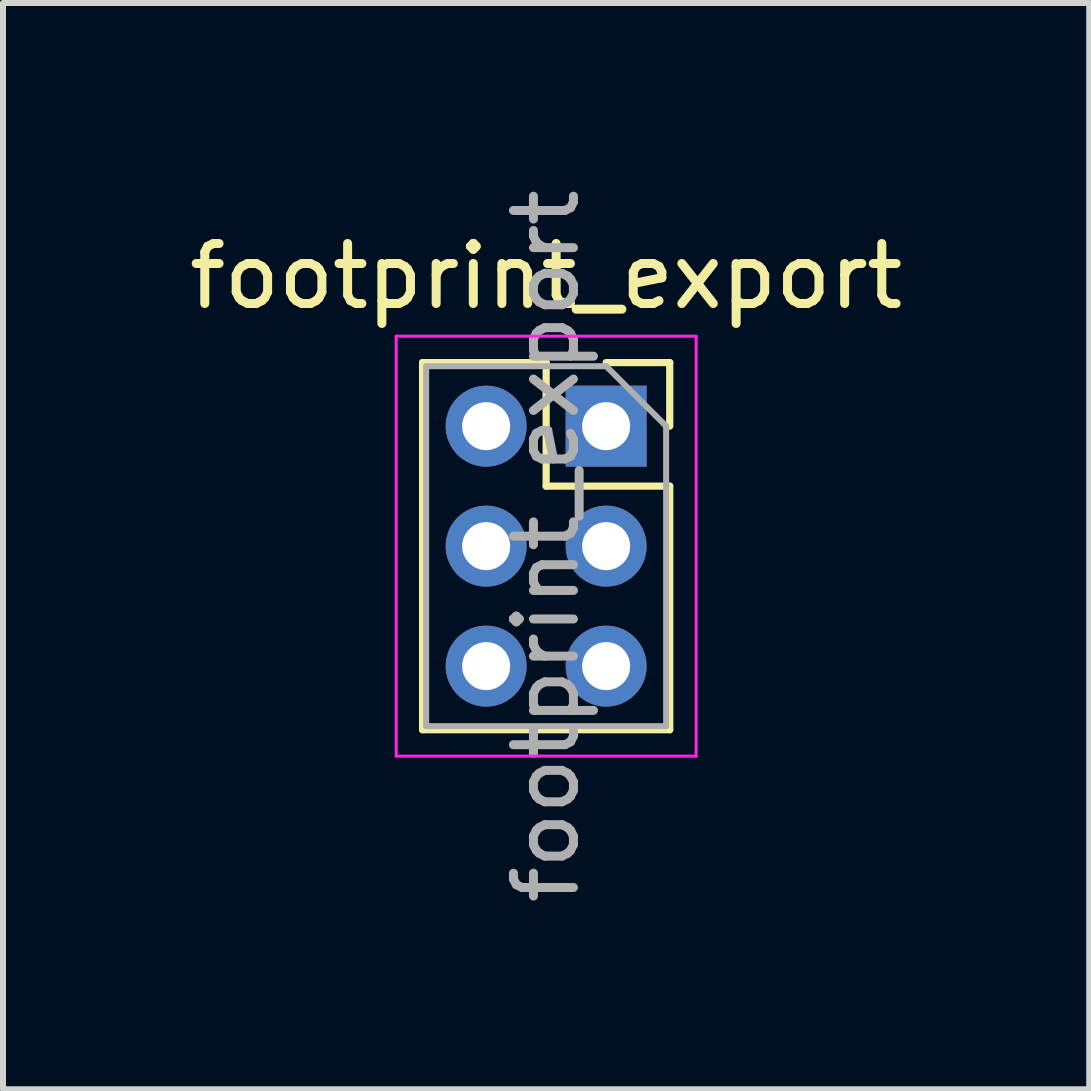
<source format=kicad_pcb>
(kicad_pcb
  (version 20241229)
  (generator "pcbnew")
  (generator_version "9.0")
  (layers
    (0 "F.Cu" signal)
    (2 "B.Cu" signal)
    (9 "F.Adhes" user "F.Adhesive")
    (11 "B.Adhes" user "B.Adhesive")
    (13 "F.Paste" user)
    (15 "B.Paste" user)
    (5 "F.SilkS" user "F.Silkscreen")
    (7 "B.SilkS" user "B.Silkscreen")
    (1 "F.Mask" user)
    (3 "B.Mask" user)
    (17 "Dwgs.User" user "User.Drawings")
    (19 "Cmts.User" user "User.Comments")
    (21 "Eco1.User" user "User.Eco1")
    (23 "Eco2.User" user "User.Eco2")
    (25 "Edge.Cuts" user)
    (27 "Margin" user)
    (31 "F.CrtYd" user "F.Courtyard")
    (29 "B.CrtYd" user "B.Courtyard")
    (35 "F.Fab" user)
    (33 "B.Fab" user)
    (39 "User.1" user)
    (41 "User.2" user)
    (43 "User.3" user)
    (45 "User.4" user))
  (footprint "footprint_export"
    (layer "F.Cu")
    (at 7.054 4.054)
    (property "Reference" "footprint_export" (at -1 -2.5 0) (layer "F.SilkS") (effects (font (size 1 1) (thickness 0.15))))
    (attr through_hole)
    (fp_line (start -3.06 -1.06) (end -3.06 5.06) (stroke (width 0.12) (type solid)) (layer "F.SilkS"))
    (fp_line (start -3.06 -1.06) (end -1 -1.06) (stroke (width 0.12) (type solid)) (layer "F.SilkS"))
    (fp_line (start -3.06 5.06) (end 1.06 5.06) (stroke (width 0.12) (type solid)) (layer "F.SilkS"))
    (fp_line (start -1 -1.06) (end -1 1) (stroke (width 0.12) (type solid)) (layer "F.SilkS"))
    (fp_line (start -1 1) (end 1.06 1) (stroke (width 0.12) (type solid)) (layer "F.SilkS"))
    (fp_line (start 0 -1.06) (end 1.06 -1.06) (stroke (width 0.12) (type solid)) (layer "F.SilkS"))
    (fp_line (start 1.06 -1.06) (end 1.06 0) (stroke (width 0.12) (type solid)) (layer "F.SilkS"))
    (fp_line (start 1.06 1) (end 1.06 5.06) (stroke (width 0.12) (type solid)) (layer "F.SilkS"))
    (fp_line (start -3.5 -1.5) (end 1.5 -1.5) (stroke (width 0.05) (type solid)) (layer "F.CrtYd"))
    (fp_line (start -3.5 5.5) (end -3.5 -1.5) (stroke (width 0.05) (type solid)) (layer "F.CrtYd"))
    (fp_line (start 1.5 -1.5) (end 1.5 5.5) (stroke (width 0.05) (type solid)) (layer "F.CrtYd"))
    (fp_line (start 1.5 5.5) (end -3.5 5.5) (stroke (width 0.05) (type solid)) (layer "F.CrtYd"))
    (fp_line (start -3 -1) (end 0 -1) (stroke (width 0.1) (type solid)) (layer "F.Fab"))
    (fp_line (start -3 5) (end -3 -1) (stroke (width 0.1) (type solid)) (layer "F.Fab"))
    (fp_line (start 0 -1) (end 1 0) (stroke (width 0.1) (type solid)) (layer "F.Fab"))
    (fp_line (start 1 0) (end 1 5) (stroke (width 0.1) (type solid)) (layer "F.Fab"))
    (fp_line (start 1 5) (end -3 5) (stroke (width 0.1) (type solid)) (layer "F.Fab"))
    (fp_text user "${REFERENCE}" (at -1 2 90) (layer "F.Fab") (effects (font (size 1 1) (thickness 0.15))))
    (pad "1" thru_hole rect (at 0 0) (size 1.35 1.35) (drill 0.8) (layers "*.Cu" "*.Mask"))
    (pad "2" thru_hole oval (at -2 0) (size 1.35 1.35) (drill 0.8) (layers "*.Cu" "*.Mask"))
    (pad "3" thru_hole oval (at 0 2) (size 1.35 1.35) (drill 0.8) (layers "*.Cu" "*.Mask"))
    (pad "4" thru_hole oval (at -2 2) (size 1.35 1.35) (drill 0.8) (layers "*.Cu" "*.Mask"))
    (pad "5" thru_hole oval (at 0 4) (size 1.35 1.35) (drill 0.8) (layers "*.Cu" "*.Mask"))
    (pad "6" thru_hole oval (at -2 4) (size 1.35 1.35) (drill 0.8) (layers "*.Cu" "*.Mask")))
  (gr_rect
    (start -3 -3)
    (end 15.107 15.107)
    (stroke (width 0.1) (type default))
    (fill no)
    (layer "Edge.Cuts")))
</source>
